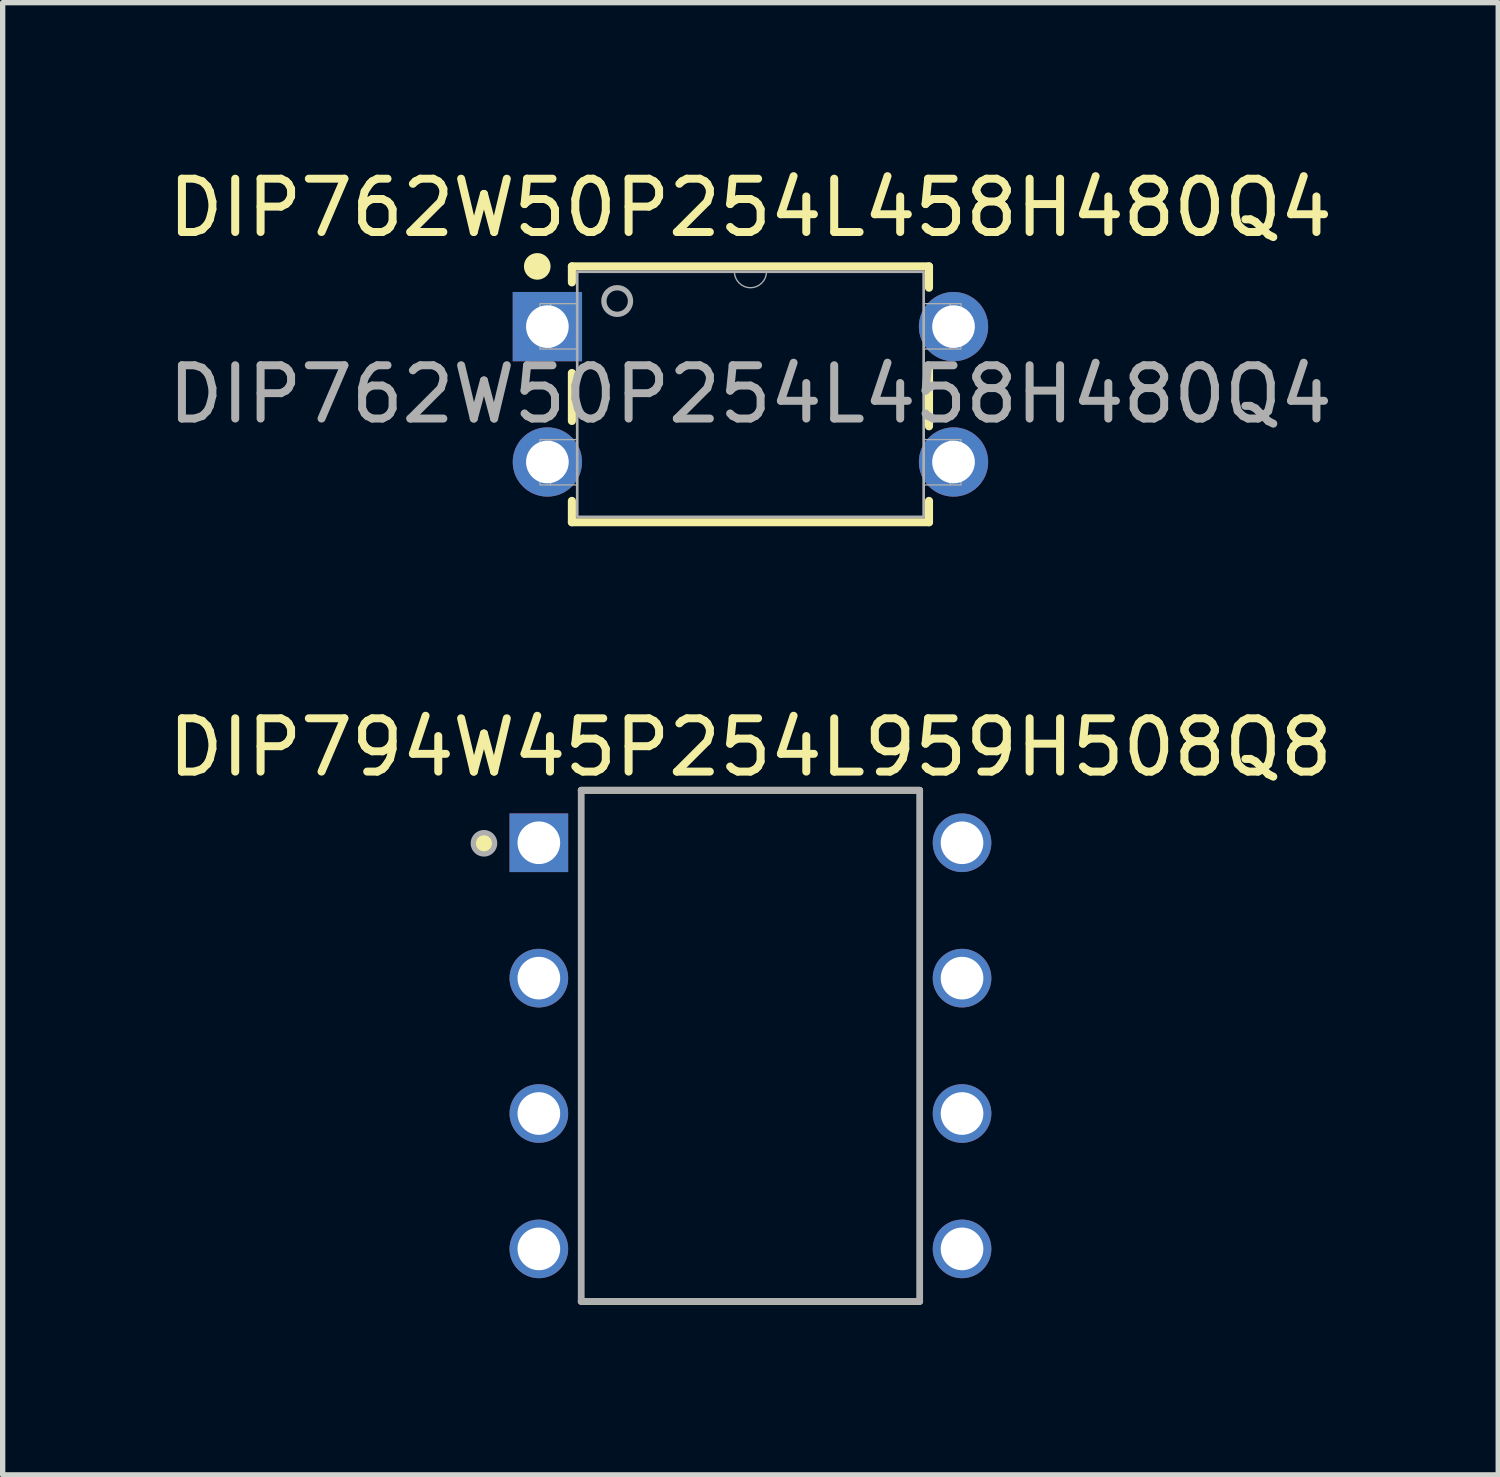
<source format=kicad_pcb>
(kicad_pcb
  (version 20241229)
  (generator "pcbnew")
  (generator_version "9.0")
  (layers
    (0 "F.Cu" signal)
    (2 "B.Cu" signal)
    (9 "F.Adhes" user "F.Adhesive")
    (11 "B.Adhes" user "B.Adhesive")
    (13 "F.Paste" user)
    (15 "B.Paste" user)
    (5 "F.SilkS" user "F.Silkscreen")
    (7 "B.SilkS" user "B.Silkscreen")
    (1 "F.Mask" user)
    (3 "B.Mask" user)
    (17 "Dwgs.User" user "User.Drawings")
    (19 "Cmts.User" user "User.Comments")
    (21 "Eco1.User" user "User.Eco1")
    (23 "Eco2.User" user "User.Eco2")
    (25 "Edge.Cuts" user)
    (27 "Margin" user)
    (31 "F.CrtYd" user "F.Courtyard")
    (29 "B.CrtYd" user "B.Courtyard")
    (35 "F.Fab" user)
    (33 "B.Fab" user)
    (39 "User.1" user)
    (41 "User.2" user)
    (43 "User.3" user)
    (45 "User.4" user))
  (footprint "DIP762W50P254L458H480Q4"
    (layer "F.Cu")
    (at 11.03 4.348)
    (property "Reference" "DIP762W50P254L458H480Q4" (at 0 -3.5 0) (layer "F.SilkS") (effects (font (size 1 1) (thickness 0.15))))
    (attr through_hole)
    (fp_line (start -3.35 -2.4) (end -3.35 -2.1) (stroke (width 0.152) (type solid)) (layer "F.SilkS"))
    (fp_line (start -3.35 -0.4) (end -3.35 0.5) (stroke (width 0.152) (type solid)) (layer "F.SilkS"))
    (fp_line (start -3.35 2) (end -3.35 2.4) (stroke (width 0.152) (type solid)) (layer "F.SilkS"))
    (fp_line (start -3.35 2.4) (end 3.35 2.4) (stroke (width 0.152) (type solid)) (layer "F.SilkS"))
    (fp_line (start 3.35 -2.4) (end -3.35 -2.4) (stroke (width 0.152) (type solid)) (layer "F.SilkS"))
    (fp_line (start 3.35 -2) (end 3.35 -2.4) (stroke (width 0.152) (type solid)) (layer "F.SilkS"))
    (fp_line (start 3.35 0.6) (end 3.35 -0.5) (stroke (width 0.152) (type solid)) (layer "F.SilkS"))
    (fp_line (start 3.35 2.4) (end 3.35 2) (stroke (width 0.152) (type solid)) (layer "F.SilkS"))
    (fp_circle (center -4 -2.4) (end -3.75 -2.4) (stroke (width 0) (type solid)) (fill yes) (layer "F.SilkS"))
    (fp_rect (start -4.75 -2.75) (end 4.75 2.75) (stroke (width 0.05) (type solid)) (fill no) (layer "Margin"))
    (fp_line (start -3.75 -0.85) (end -3.75 -1.7) (stroke (width 0.025) (type solid)) (layer "F.Fab"))
    (fp_line (start -3.75 1.7) (end -3.75 0.85) (stroke (width 0.025) (type solid)) (layer "F.Fab"))
    (fp_line (start 3.75 -1.7) (end 3.75 -0.85) (stroke (width 0.025) (type solid)) (layer "F.Fab"))
    (fp_line (start 3.75 0.85) (end 3.75 1.7) (stroke (width 0.025) (type solid)) (layer "F.Fab"))
    (fp_rect (start -3.95 -1.7) (end -3.25 -0.85) (stroke (width 0.025) (type solid)) (fill no) (layer "F.Fab"))
    (fp_rect (start -3.95 0.85) (end -3.25 1.7) (stroke (width 0.025) (type solid)) (fill no) (layer "F.Fab"))
    (fp_rect (start -3.25 -2.3) (end 3.25 2.3) (stroke (width 0.05) (type solid)) (fill no) (layer "F.Fab"))
    (fp_rect (start 3.25 -1.7) (end 3.95 -0.85) (stroke (width 0.025) (type solid)) (fill no) (layer "F.Fab"))
    (fp_rect (start 3.25 0.85) (end 3.95 1.7) (stroke (width 0.025) (type solid)) (fill no) (layer "F.Fab"))
    (fp_arc (start 0.3 -2.3) (mid 0 -2) (end -0.3 -2.3) (stroke (width 0.025) (type solid)) (layer "F.Fab"))
    (fp_circle (center -2.5 -1.75) (end -2.25 -1.75) (stroke (width 0.1) (type solid)) (fill no) (layer "F.Fab"))
    (fp_text user "${REFERENCE}" (at 0 0 0) (unlocked yes) (layer "F.Fab") (effects (font (size 1 1) (thickness 0.15))))
    (pad "1" thru_hole rect (at -3.81 -1.27) (size 1.3 1.3) (drill 0.8) (layers "*.Cu" "*.Mask"))
    (pad "2" thru_hole circle (at -3.81 1.27) (size 1.3 1.3) (drill 0.8) (layers "*.Cu" "*.Mask"))
    (pad "3" thru_hole circle (at 3.81 1.27) (size 1.3 1.3) (drill 0.8) (layers "*.Cu" "*.Mask"))
    (pad "4" thru_hole circle (at 3.81 -1.27) (size 1.3 1.3) (drill 0.8) (layers "*.Cu" "*.Mask")))
  (footprint "DIP794W45P254L959H508Q8"
    (layer "F.Cu")
    (at 11.03 16.572)
    (property "Reference" "DIP794W45P254L959H508Q8" (at 0 -5.6 0) (layer "F.SilkS") (effects (font (size 1 1) (thickness 0.15))))
    (attr through_hole)
    (fp_line (start -3.175 -4.795) (end 3.175 -4.795) (stroke (width 0.127) (type solid)) (layer "F.SilkS"))
    (fp_line (start -3.175 4.795) (end 3.175 4.795) (stroke (width 0.127) (type solid)) (layer "F.SilkS"))
    (fp_circle (center -5 -3.8) (end -4.8 -3.8) (stroke (width 0) (type solid)) (fill yes) (layer "F.SilkS"))
    (fp_rect (start -5 -5) (end 5 5) (stroke (width 0.1) (type default)) (fill no) (layer "Margin"))
    (fp_line (start -3.175 -4.795) (end -3.175 4.795) (stroke (width 0.127) (type solid)) (layer "F.Fab"))
    (fp_line (start -3.175 -4.795) (end 3.175 -4.795) (stroke (width 0.127) (type solid)) (layer "F.Fab"))
    (fp_line (start -3.175 4.795) (end 3.175 4.795) (stroke (width 0.127) (type solid)) (layer "F.Fab"))
    (fp_line (start 3.175 -4.795) (end 3.175 4.795) (stroke (width 0.127) (type solid)) (layer "F.Fab"))
    (fp_circle (center -5 -3.8) (end -4.8 -3.8) (stroke (width 0.1) (type solid)) (fill no) (layer "F.Fab"))
    (pad "1" thru_hole rect (at -3.97 -3.81) (size 1.1 1.1) (drill 0.8) (layers "*.Cu" "*.Mask"))
    (pad "2" thru_hole circle (at -3.97 -1.27) (size 1.1 1.1) (drill 0.8) (layers "*.Cu" "*.Mask"))
    (pad "3" thru_hole circle (at -3.97 1.27) (size 1.1 1.1) (drill 0.8) (layers "*.Cu" "*.Mask"))
    (pad "4" thru_hole circle (at -3.97 3.81) (size 1.1 1.1) (drill 0.8) (layers "*.Cu" "*.Mask"))
    (pad "5" thru_hole circle (at 3.97 3.81) (size 1.1 1.1) (drill 0.8) (layers "*.Cu" "*.Mask"))
    (pad "6" thru_hole circle (at 3.97 1.27) (size 1.1 1.1) (drill 0.8) (layers "*.Cu" "*.Mask"))
    (pad "7" thru_hole circle (at 3.97 -1.27) (size 1.1 1.1) (drill 0.8) (layers "*.Cu" "*.Mask"))
    (pad "8" thru_hole circle (at 3.97 -3.81) (size 1.1 1.1) (drill 0.8) (layers "*.Cu" "*.Mask")))
  (gr_rect
    (start -3 -3)
    (end 25.06 24.622)
    (stroke (width 0.1) (type default))
    (fill no)
    (layer "Edge.Cuts")))
</source>
